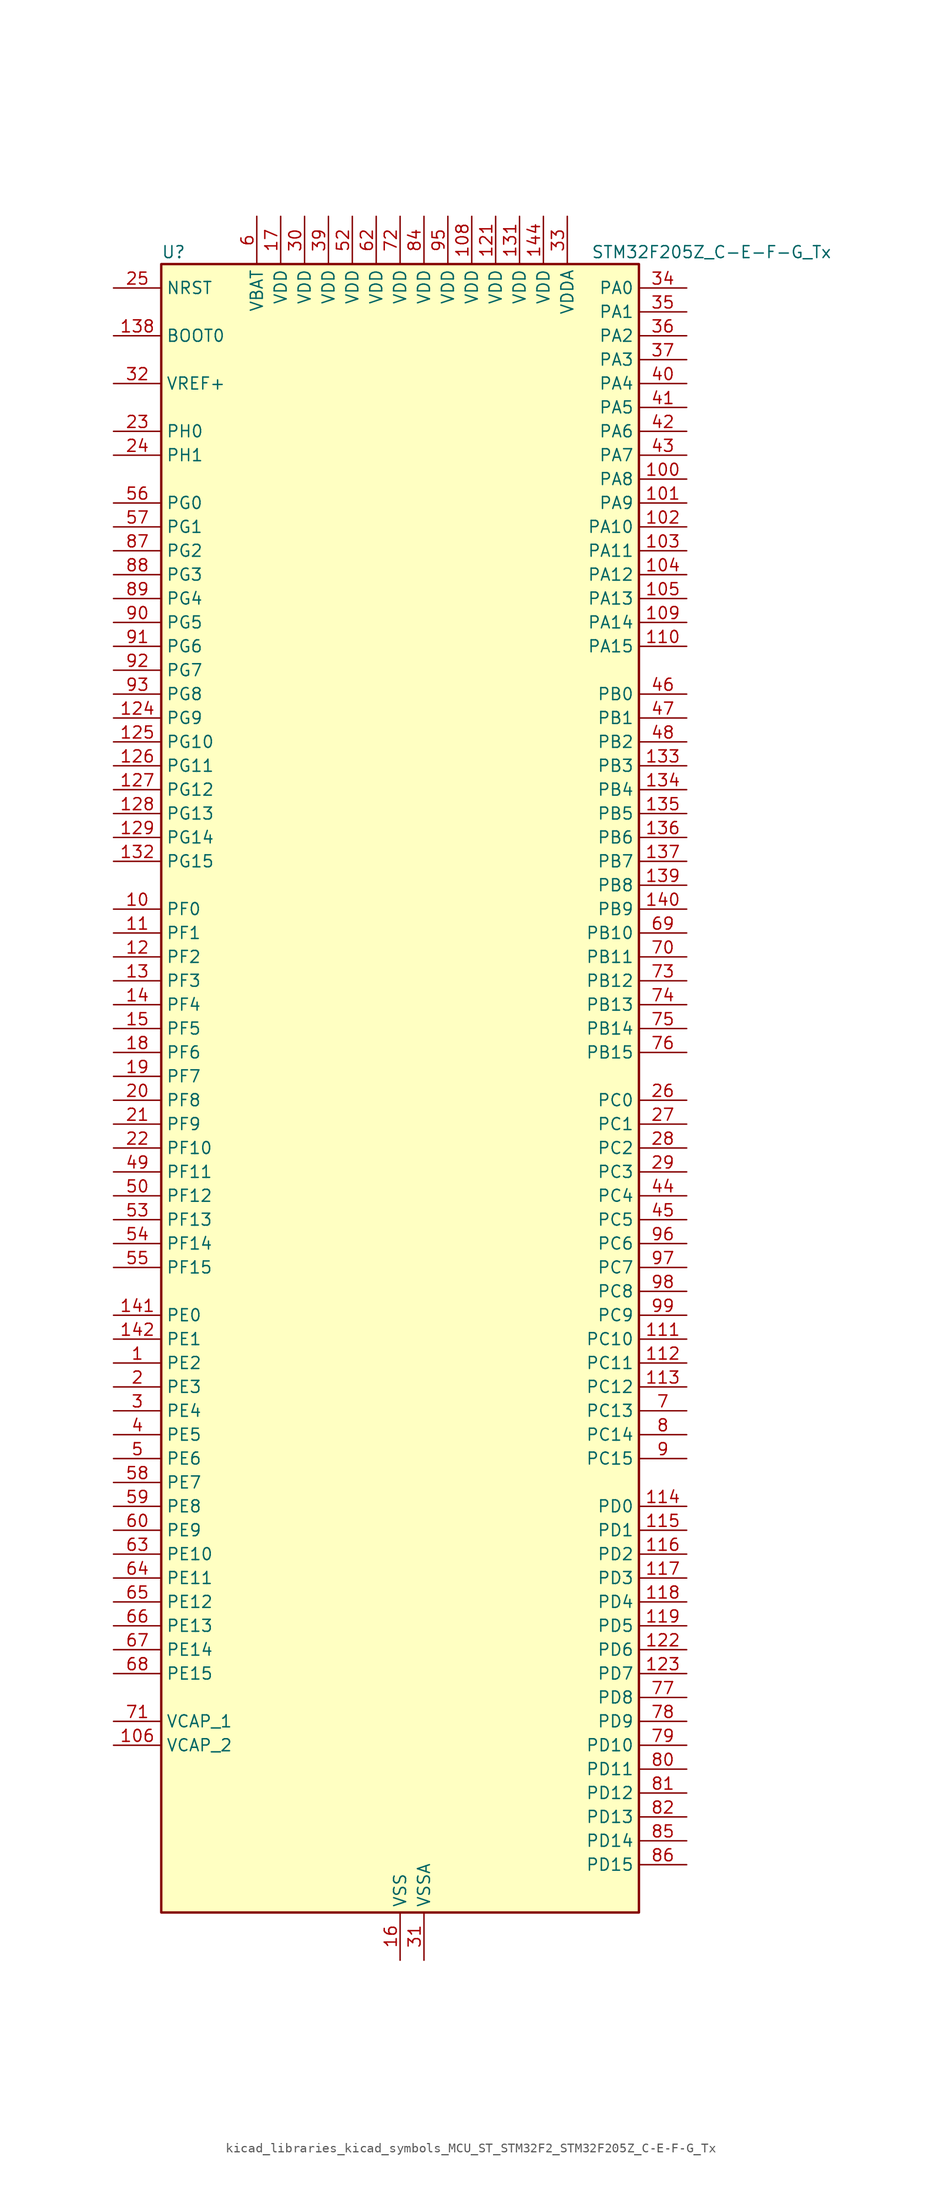
<source format=kicad_sym>
(kicad_symbol_lib
  (version 20220914)
  (generator kicad_symbol_editor)
  (symbol "kicad_libraries_kicad_symbols_MCU_ST_STM32F2_STM32F205Z_C-E-F-G_Tx"
    (property "Reference" "U"
      (at -25.4 90.17 0)
      (effects (font (size 1.27 1.27)) (justify left)))
    (property "Value" "STM32F205Z_C-E-F-G_Tx"
      (at 20.32 90.17 0)
      (effects (font (size 1.27 1.27)) (justify left)))
    (property "ki_locked" ""
      (at 0 0 0)
      (effects (font (size 1.27 1.27))))
    (symbol "kicad_libraries_kicad_symbols_MCU_ST_STM32F2_STM32F205Z_C-E-F-G_Tx_0_1"
      (rectangle (start -25.4 -86.36) (end 25.4 88.9) (stroke (width 0.254) (type default)) (fill (type background))))
    (symbol "kicad_libraries_kicad_symbols_MCU_ST_STM32F2_STM32F205Z_C-E-F-G_Tx_1_1"
      (pin bidirectional line (at -30.48 -27.94 0) (length 5.08) (name "PE2" (effects (font (size 1.27 1.27)))) (number "1" (effects (font (size 1.27 1.27)))) (alternate "FSMC_A23" bidirectional line) (alternate "SYS_TRACECLK" bidirectional line))
      (pin bidirectional line (at -30.48 20.32 0) (length 5.08) (name "PF0" (effects (font (size 1.27 1.27)))) (number "10" (effects (font (size 1.27 1.27)))) (alternate "FSMC_A0" bidirectional line) (alternate "I2C2_SDA" bidirectional line))
      (pin bidirectional line (at 30.48 66.04 180) (length 5.08) (name "PA8" (effects (font (size 1.27 1.27)))) (number "100" (effects (font (size 1.27 1.27)))) (alternate "I2C3_SCL" bidirectional line) (alternate "RCC_MCO_1" bidirectional line) (alternate "TIM1_CH1" bidirectional line) (alternate "USART1_CK" bidirectional line) (alternate "USB_OTG_FS_SOF" bidirectional line))
      (pin bidirectional line (at 30.48 63.5 180) (length 5.08) (name "PA9" (effects (font (size 1.27 1.27)))) (number "101" (effects (font (size 1.27 1.27)))) (alternate "DAC_EXTI9" bidirectional line) (alternate "I2C3_SMBA" bidirectional line) (alternate "TIM1_CH2" bidirectional line) (alternate "USART1_TX" bidirectional line) (alternate "USB_OTG_FS_VBUS" bidirectional line))
      (pin bidirectional line (at 30.48 60.96 180) (length 5.08) (name "PA10" (effects (font (size 1.27 1.27)))) (number "102" (effects (font (size 1.27 1.27)))) (alternate "TIM1_CH3" bidirectional line) (alternate "USART1_RX" bidirectional line) (alternate "USB_OTG_FS_ID" bidirectional line))
      (pin bidirectional line (at 30.48 58.42 180) (length 5.08) (name "PA11" (effects (font (size 1.27 1.27)))) (number "103" (effects (font (size 1.27 1.27)))) (alternate "ADC1_EXTI11" bidirectional line) (alternate "ADC2_EXTI11" bidirectional line) (alternate "ADC3_EXTI11" bidirectional line) (alternate "CAN1_RX" bidirectional line) (alternate "TIM1_CH4" bidirectional line) (alternate "USART1_CTS" bidirectional line) (alternate "USB_OTG_FS_DM" bidirectional line))
      (pin bidirectional line (at 30.48 55.88 180) (length 5.08) (name "PA12" (effects (font (size 1.27 1.27)))) (number "104" (effects (font (size 1.27 1.27)))) (alternate "CAN1_TX" bidirectional line) (alternate "TIM1_ETR" bidirectional line) (alternate "USART1_RTS" bidirectional line) (alternate "USB_OTG_FS_DP" bidirectional line))
      (pin bidirectional line (at 30.48 53.34 180) (length 5.08) (name "PA13" (effects (font (size 1.27 1.27)))) (number "105" (effects (font (size 1.27 1.27)))) (alternate "SYS_JTMS-SWDIO" bidirectional line))
      (pin power_out line (at -30.48 -68.58 0) (length 5.08) (name "VCAP_2" (effects (font (size 1.27 1.27)))) (number "106" (effects (font (size 1.27 1.27)))))
      (pin passive line (at 0 -91.44 90) (length 5.08) hide (name "VSS" (effects (font (size 1.27 1.27)))) (number "107" (effects (font (size 1.27 1.27)))))
      (pin power_in line (at 7.62 93.98 270) (length 5.08) (name "VDD" (effects (font (size 1.27 1.27)))) (number "108" (effects (font (size 1.27 1.27)))))
      (pin bidirectional line (at 30.48 50.8 180) (length 5.08) (name "PA14" (effects (font (size 1.27 1.27)))) (number "109" (effects (font (size 1.27 1.27)))) (alternate "SYS_JTCK-SWCLK" bidirectional line))
      (pin bidirectional line (at -30.48 17.78 0) (length 5.08) (name "PF1" (effects (font (size 1.27 1.27)))) (number "11" (effects (font (size 1.27 1.27)))) (alternate "FSMC_A1" bidirectional line) (alternate "I2C2_SCL" bidirectional line))
      (pin bidirectional line (at 30.48 48.26 180) (length 5.08) (name "PA15" (effects (font (size 1.27 1.27)))) (number "110" (effects (font (size 1.27 1.27)))) (alternate "ADC1_EXTI15" bidirectional line) (alternate "ADC2_EXTI15" bidirectional line) (alternate "ADC3_EXTI15" bidirectional line) (alternate "I2S3_WS" bidirectional line) (alternate "SPI1_NSS" bidirectional line) (alternate "SPI3_NSS" bidirectional line) (alternate "SYS_JTDI" bidirectional line) (alternate "TIM2_CH1" bidirectional line) (alternate "TIM2_ETR" bidirectional line))
      (pin bidirectional line (at 30.48 -25.4 180) (length 5.08) (name "PC10" (effects (font (size 1.27 1.27)))) (number "111" (effects (font (size 1.27 1.27)))) (alternate "I2S3_SCK" bidirectional line) (alternate "SDIO_D2" bidirectional line) (alternate "SPI3_SCK" bidirectional line) (alternate "UART4_TX" bidirectional line) (alternate "USART3_TX" bidirectional line))
      (pin bidirectional line (at 30.48 -27.94 180) (length 5.08) (name "PC11" (effects (font (size 1.27 1.27)))) (number "112" (effects (font (size 1.27 1.27)))) (alternate "ADC1_EXTI11" bidirectional line) (alternate "ADC2_EXTI11" bidirectional line) (alternate "ADC3_EXTI11" bidirectional line) (alternate "SDIO_D3" bidirectional line) (alternate "SPI3_MISO" bidirectional line) (alternate "UART4_RX" bidirectional line) (alternate "USART3_RX" bidirectional line))
      (pin bidirectional line (at 30.48 -30.48 180) (length 5.08) (name "PC12" (effects (font (size 1.27 1.27)))) (number "113" (effects (font (size 1.27 1.27)))) (alternate "I2S3_SD" bidirectional line) (alternate "SDIO_CK" bidirectional line) (alternate "SPI3_MOSI" bidirectional line) (alternate "UART5_TX" bidirectional line) (alternate "USART3_CK" bidirectional line))
      (pin bidirectional line (at 30.48 -43.18 180) (length 5.08) (name "PD0" (effects (font (size 1.27 1.27)))) (number "114" (effects (font (size 1.27 1.27)))) (alternate "CAN1_RX" bidirectional line) (alternate "FSMC_D2" bidirectional line) (alternate "FSMC_DA2" bidirectional line))
      (pin bidirectional line (at 30.48 -45.72 180) (length 5.08) (name "PD1" (effects (font (size 1.27 1.27)))) (number "115" (effects (font (size 1.27 1.27)))) (alternate "CAN1_TX" bidirectional line) (alternate "FSMC_D3" bidirectional line) (alternate "FSMC_DA3" bidirectional line))
      (pin bidirectional line (at 30.48 -48.26 180) (length 5.08) (name "PD2" (effects (font (size 1.27 1.27)))) (number "116" (effects (font (size 1.27 1.27)))) (alternate "SDIO_CMD" bidirectional line) (alternate "TIM3_ETR" bidirectional line) (alternate "UART5_RX" bidirectional line))
      (pin bidirectional line (at 30.48 -50.8 180) (length 5.08) (name "PD3" (effects (font (size 1.27 1.27)))) (number "117" (effects (font (size 1.27 1.27)))) (alternate "FSMC_CLK" bidirectional line) (alternate "USART2_CTS" bidirectional line))
      (pin bidirectional line (at 30.48 -53.34 180) (length 5.08) (name "PD4" (effects (font (size 1.27 1.27)))) (number "118" (effects (font (size 1.27 1.27)))) (alternate "FSMC_NOE" bidirectional line) (alternate "USART2_RTS" bidirectional line))
      (pin bidirectional line (at 30.48 -55.88 180) (length 5.08) (name "PD5" (effects (font (size 1.27 1.27)))) (number "119" (effects (font (size 1.27 1.27)))) (alternate "FSMC_NWE" bidirectional line) (alternate "USART2_TX" bidirectional line))
      (pin bidirectional line (at -30.48 15.24 0) (length 5.08) (name "PF2" (effects (font (size 1.27 1.27)))) (number "12" (effects (font (size 1.27 1.27)))) (alternate "FSMC_A2" bidirectional line) (alternate "I2C2_SMBA" bidirectional line))
      (pin passive line (at 0 -91.44 90) (length 5.08) hide (name "VSS" (effects (font (size 1.27 1.27)))) (number "120" (effects (font (size 1.27 1.27)))))
      (pin power_in line (at 10.16 93.98 270) (length 5.08) (name "VDD" (effects (font (size 1.27 1.27)))) (number "121" (effects (font (size 1.27 1.27)))))
      (pin bidirectional line (at 30.48 -58.42 180) (length 5.08) (name "PD6" (effects (font (size 1.27 1.27)))) (number "122" (effects (font (size 1.27 1.27)))) (alternate "FSMC_NWAIT" bidirectional line) (alternate "USART2_RX" bidirectional line))
      (pin bidirectional line (at 30.48 -60.96 180) (length 5.08) (name "PD7" (effects (font (size 1.27 1.27)))) (number "123" (effects (font (size 1.27 1.27)))) (alternate "FSMC_NCE2" bidirectional line) (alternate "FSMC_NE1" bidirectional line) (alternate "USART2_CK" bidirectional line))
      (pin bidirectional line (at -30.48 40.64 0) (length 5.08) (name "PG9" (effects (font (size 1.27 1.27)))) (number "124" (effects (font (size 1.27 1.27)))) (alternate "DAC_EXTI9" bidirectional line) (alternate "FSMC_NCE3" bidirectional line) (alternate "FSMC_NE2" bidirectional line) (alternate "USART6_RX" bidirectional line))
      (pin bidirectional line (at -30.48 38.1 0) (length 5.08) (name "PG10" (effects (font (size 1.27 1.27)))) (number "125" (effects (font (size 1.27 1.27)))) (alternate "FSMC_NCE4_1" bidirectional line) (alternate "FSMC_NE3" bidirectional line))
      (pin bidirectional line (at -30.48 35.56 0) (length 5.08) (name "PG11" (effects (font (size 1.27 1.27)))) (number "126" (effects (font (size 1.27 1.27)))) (alternate "ADC1_EXTI11" bidirectional line) (alternate "ADC2_EXTI11" bidirectional line) (alternate "ADC3_EXTI11" bidirectional line) (alternate "FSMC_NCE4_2" bidirectional line))
      (pin bidirectional line (at -30.48 33.02 0) (length 5.08) (name "PG12" (effects (font (size 1.27 1.27)))) (number "127" (effects (font (size 1.27 1.27)))) (alternate "FSMC_NE4" bidirectional line) (alternate "USART6_RTS" bidirectional line))
      (pin bidirectional line (at -30.48 30.48 0) (length 5.08) (name "PG13" (effects (font (size 1.27 1.27)))) (number "128" (effects (font (size 1.27 1.27)))) (alternate "FSMC_A24" bidirectional line) (alternate "USART6_CTS" bidirectional line))
      (pin bidirectional line (at -30.48 27.94 0) (length 5.08) (name "PG14" (effects (font (size 1.27 1.27)))) (number "129" (effects (font (size 1.27 1.27)))) (alternate "FSMC_A25" bidirectional line) (alternate "USART6_TX" bidirectional line))
      (pin bidirectional line (at -30.48 12.7 0) (length 5.08) (name "PF3" (effects (font (size 1.27 1.27)))) (number "13" (effects (font (size 1.27 1.27)))) (alternate "ADC3_IN9" bidirectional line) (alternate "FSMC_A3" bidirectional line))
      (pin passive line (at 0 -91.44 90) (length 5.08) hide (name "VSS" (effects (font (size 1.27 1.27)))) (number "130" (effects (font (size 1.27 1.27)))))
      (pin power_in line (at 12.7 93.98 270) (length 5.08) (name "VDD" (effects (font (size 1.27 1.27)))) (number "131" (effects (font (size 1.27 1.27)))))
      (pin bidirectional line (at -30.48 25.4 0) (length 5.08) (name "PG15" (effects (font (size 1.27 1.27)))) (number "132" (effects (font (size 1.27 1.27)))) (alternate "ADC1_EXTI15" bidirectional line) (alternate "ADC2_EXTI15" bidirectional line) (alternate "ADC3_EXTI15" bidirectional line) (alternate "USART6_CTS" bidirectional line))
      (pin bidirectional line (at 30.48 35.56 180) (length 5.08) (name "PB3" (effects (font (size 1.27 1.27)))) (number "133" (effects (font (size 1.27 1.27)))) (alternate "I2S3_SCK" bidirectional line) (alternate "SPI1_SCK" bidirectional line) (alternate "SPI3_SCK" bidirectional line) (alternate "SYS_JTDO-SWO" bidirectional line) (alternate "TIM2_CH2" bidirectional line))
      (pin bidirectional line (at 30.48 33.02 180) (length 5.08) (name "PB4" (effects (font (size 1.27 1.27)))) (number "134" (effects (font (size 1.27 1.27)))) (alternate "SPI1_MISO" bidirectional line) (alternate "SPI3_MISO" bidirectional line) (alternate "SYS_JTRST" bidirectional line) (alternate "TIM3_CH1" bidirectional line))
      (pin bidirectional line (at 30.48 30.48 180) (length 5.08) (name "PB5" (effects (font (size 1.27 1.27)))) (number "135" (effects (font (size 1.27 1.27)))) (alternate "CAN2_RX" bidirectional line) (alternate "I2C1_SMBA" bidirectional line) (alternate "I2S3_SD" bidirectional line) (alternate "SPI1_MOSI" bidirectional line) (alternate "SPI3_MOSI" bidirectional line) (alternate "TIM3_CH2" bidirectional line) (alternate "USB_OTG_HS_ULPI_D7" bidirectional line))
      (pin bidirectional line (at 30.48 27.94 180) (length 5.08) (name "PB6" (effects (font (size 1.27 1.27)))) (number "136" (effects (font (size 1.27 1.27)))) (alternate "CAN2_TX" bidirectional line) (alternate "I2C1_SCL" bidirectional line) (alternate "TIM4_CH1" bidirectional line) (alternate "USART1_TX" bidirectional line))
      (pin bidirectional line (at 30.48 25.4 180) (length 5.08) (name "PB7" (effects (font (size 1.27 1.27)))) (number "137" (effects (font (size 1.27 1.27)))) (alternate "FSMC_NL" bidirectional line) (alternate "I2C1_SDA" bidirectional line) (alternate "TIM4_CH2" bidirectional line) (alternate "USART1_RX" bidirectional line))
      (pin input line (at -30.48 81.28 0) (length 5.08) (name "BOOT0" (effects (font (size 1.27 1.27)))) (number "138" (effects (font (size 1.27 1.27)))))
      (pin bidirectional line (at 30.48 22.86 180) (length 5.08) (name "PB8" (effects (font (size 1.27 1.27)))) (number "139" (effects (font (size 1.27 1.27)))) (alternate "CAN1_RX" bidirectional line) (alternate "I2C1_SCL" bidirectional line) (alternate "SDIO_D4" bidirectional line) (alternate "TIM10_CH1" bidirectional line) (alternate "TIM4_CH3" bidirectional line))
      (pin bidirectional line (at -30.48 10.16 0) (length 5.08) (name "PF4" (effects (font (size 1.27 1.27)))) (number "14" (effects (font (size 1.27 1.27)))) (alternate "ADC3_IN14" bidirectional line) (alternate "FSMC_A4" bidirectional line))
      (pin bidirectional line (at 30.48 20.32 180) (length 5.08) (name "PB9" (effects (font (size 1.27 1.27)))) (number "140" (effects (font (size 1.27 1.27)))) (alternate "CAN1_TX" bidirectional line) (alternate "DAC_EXTI9" bidirectional line) (alternate "I2C1_SDA" bidirectional line) (alternate "I2S2_WS" bidirectional line) (alternate "SDIO_D5" bidirectional line) (alternate "SPI2_NSS" bidirectional line) (alternate "TIM11_CH1" bidirectional line) (alternate "TIM4_CH4" bidirectional line))
      (pin bidirectional line (at -30.48 -22.86 0) (length 5.08) (name "PE0" (effects (font (size 1.27 1.27)))) (number "141" (effects (font (size 1.27 1.27)))) (alternate "FSMC_NBL0" bidirectional line) (alternate "TIM4_ETR" bidirectional line))
      (pin bidirectional line (at -30.48 -25.4 0) (length 5.08) (name "PE1" (effects (font (size 1.27 1.27)))) (number "142" (effects (font (size 1.27 1.27)))) (alternate "FSMC_NBL1" bidirectional line))
      (pin no_connect line (at -25.4 -86.36 0) (length 5.08) hide (name "RFU" (effects (font (size 1.27 1.27)))) (number "143" (effects (font (size 1.27 1.27)))))
      (pin power_in line (at 15.24 93.98 270) (length 5.08) (name "VDD" (effects (font (size 1.27 1.27)))) (number "144" (effects (font (size 1.27 1.27)))))
      (pin bidirectional line (at -30.48 7.62 0) (length 5.08) (name "PF5" (effects (font (size 1.27 1.27)))) (number "15" (effects (font (size 1.27 1.27)))) (alternate "ADC3_IN15" bidirectional line) (alternate "FSMC_A5" bidirectional line))
      (pin power_in line (at 0 -91.44 90) (length 5.08) (name "VSS" (effects (font (size 1.27 1.27)))) (number "16" (effects (font (size 1.27 1.27)))))
      (pin power_in line (at -12.7 93.98 270) (length 5.08) (name "VDD" (effects (font (size 1.27 1.27)))) (number "17" (effects (font (size 1.27 1.27)))))
      (pin bidirectional line (at -30.48 5.08 0) (length 5.08) (name "PF6" (effects (font (size 1.27 1.27)))) (number "18" (effects (font (size 1.27 1.27)))) (alternate "ADC3_IN4" bidirectional line) (alternate "FSMC_NIORD" bidirectional line) (alternate "TIM10_CH1" bidirectional line))
      (pin bidirectional line (at -30.48 2.54 0) (length 5.08) (name "PF7" (effects (font (size 1.27 1.27)))) (number "19" (effects (font (size 1.27 1.27)))) (alternate "ADC3_IN5" bidirectional line) (alternate "FSMC_NREG" bidirectional line) (alternate "TIM11_CH1" bidirectional line))
      (pin bidirectional line (at -30.48 -30.48 0) (length 5.08) (name "PE3" (effects (font (size 1.27 1.27)))) (number "2" (effects (font (size 1.27 1.27)))) (alternate "FSMC_A19" bidirectional line) (alternate "SYS_TRACED0" bidirectional line))
      (pin bidirectional line (at -30.48 0 0) (length 5.08) (name "PF8" (effects (font (size 1.27 1.27)))) (number "20" (effects (font (size 1.27 1.27)))) (alternate "ADC3_IN6" bidirectional line) (alternate "FSMC_NIOWR" bidirectional line) (alternate "TIM13_CH1" bidirectional line))
      (pin bidirectional line (at -30.48 -2.54 0) (length 5.08) (name "PF9" (effects (font (size 1.27 1.27)))) (number "21" (effects (font (size 1.27 1.27)))) (alternate "ADC3_IN7" bidirectional line) (alternate "DAC_EXTI9" bidirectional line) (alternate "FSMC_CD" bidirectional line) (alternate "TIM14_CH1" bidirectional line))
      (pin bidirectional line (at -30.48 -5.08 0) (length 5.08) (name "PF10" (effects (font (size 1.27 1.27)))) (number "22" (effects (font (size 1.27 1.27)))) (alternate "ADC3_IN8" bidirectional line) (alternate "FSMC_INTR" bidirectional line))
      (pin bidirectional line (at -30.48 71.12 0) (length 5.08) (name "PH0" (effects (font (size 1.27 1.27)))) (number "23" (effects (font (size 1.27 1.27)))) (alternate "RCC_OSC_IN" bidirectional line))
      (pin bidirectional line (at -30.48 68.58 0) (length 5.08) (name "PH1" (effects (font (size 1.27 1.27)))) (number "24" (effects (font (size 1.27 1.27)))) (alternate "RCC_OSC_OUT" bidirectional line))
      (pin input line (at -30.48 86.36 0) (length 5.08) (name "NRST" (effects (font (size 1.27 1.27)))) (number "25" (effects (font (size 1.27 1.27)))))
      (pin bidirectional line (at 30.48 0 180) (length 5.08) (name "PC0" (effects (font (size 1.27 1.27)))) (number "26" (effects (font (size 1.27 1.27)))) (alternate "ADC1_IN10" bidirectional line) (alternate "ADC2_IN10" bidirectional line) (alternate "ADC3_IN10" bidirectional line) (alternate "USB_OTG_HS_ULPI_STP" bidirectional line))
      (pin bidirectional line (at 30.48 -2.54 180) (length 5.08) (name "PC1" (effects (font (size 1.27 1.27)))) (number "27" (effects (font (size 1.27 1.27)))) (alternate "ADC1_IN11" bidirectional line) (alternate "ADC2_IN11" bidirectional line) (alternate "ADC3_IN11" bidirectional line))
      (pin bidirectional line (at 30.48 -5.08 180) (length 5.08) (name "PC2" (effects (font (size 1.27 1.27)))) (number "28" (effects (font (size 1.27 1.27)))) (alternate "ADC1_IN12" bidirectional line) (alternate "ADC2_IN12" bidirectional line) (alternate "ADC3_IN12" bidirectional line) (alternate "SPI2_MISO" bidirectional line) (alternate "USB_OTG_HS_ULPI_DIR" bidirectional line))
      (pin bidirectional line (at 30.48 -7.62 180) (length 5.08) (name "PC3" (effects (font (size 1.27 1.27)))) (number "29" (effects (font (size 1.27 1.27)))) (alternate "ADC1_IN13" bidirectional line) (alternate "ADC2_IN13" bidirectional line) (alternate "ADC3_IN13" bidirectional line) (alternate "I2S2_SD" bidirectional line) (alternate "SPI2_MOSI" bidirectional line) (alternate "USB_OTG_HS_ULPI_NXT" bidirectional line))
      (pin bidirectional line (at -30.48 -33.02 0) (length 5.08) (name "PE4" (effects (font (size 1.27 1.27)))) (number "3" (effects (font (size 1.27 1.27)))) (alternate "FSMC_A20" bidirectional line) (alternate "SYS_TRACED1" bidirectional line))
      (pin power_in line (at -10.16 93.98 270) (length 5.08) (name "VDD" (effects (font (size 1.27 1.27)))) (number "30" (effects (font (size 1.27 1.27)))))
      (pin power_in line (at 2.54 -91.44 90) (length 5.08) (name "VSSA" (effects (font (size 1.27 1.27)))) (number "31" (effects (font (size 1.27 1.27)))))
      (pin input line (at -30.48 76.2 0) (length 5.08) (name "VREF+" (effects (font (size 1.27 1.27)))) (number "32" (effects (font (size 1.27 1.27)))))
      (pin power_in line (at 17.78 93.98 270) (length 5.08) (name "VDDA" (effects (font (size 1.27 1.27)))) (number "33" (effects (font (size 1.27 1.27)))))
      (pin bidirectional line (at 30.48 86.36 180) (length 5.08) (name "PA0" (effects (font (size 1.27 1.27)))) (number "34" (effects (font (size 1.27 1.27)))) (alternate "ADC1_IN0" bidirectional line) (alternate "ADC2_IN0" bidirectional line) (alternate "ADC3_IN0" bidirectional line) (alternate "SYS_WKUP" bidirectional line) (alternate "TIM2_CH1" bidirectional line) (alternate "TIM2_ETR" bidirectional line) (alternate "TIM5_CH1" bidirectional line) (alternate "TIM8_ETR" bidirectional line) (alternate "UART4_TX" bidirectional line) (alternate "USART2_CTS" bidirectional line))
      (pin bidirectional line (at 30.48 83.82 180) (length 5.08) (name "PA1" (effects (font (size 1.27 1.27)))) (number "35" (effects (font (size 1.27 1.27)))) (alternate "ADC1_IN1" bidirectional line) (alternate "ADC2_IN1" bidirectional line) (alternate "ADC3_IN1" bidirectional line) (alternate "TIM2_CH2" bidirectional line) (alternate "TIM5_CH2" bidirectional line) (alternate "UART4_RX" bidirectional line) (alternate "USART2_RTS" bidirectional line))
      (pin bidirectional line (at 30.48 81.28 180) (length 5.08) (name "PA2" (effects (font (size 1.27 1.27)))) (number "36" (effects (font (size 1.27 1.27)))) (alternate "ADC1_IN2" bidirectional line) (alternate "ADC2_IN2" bidirectional line) (alternate "ADC3_IN2" bidirectional line) (alternate "TIM2_CH3" bidirectional line) (alternate "TIM5_CH3" bidirectional line) (alternate "TIM9_CH1" bidirectional line) (alternate "USART2_TX" bidirectional line))
      (pin bidirectional line (at 30.48 78.74 180) (length 5.08) (name "PA3" (effects (font (size 1.27 1.27)))) (number "37" (effects (font (size 1.27 1.27)))) (alternate "ADC1_IN3" bidirectional line) (alternate "ADC2_IN3" bidirectional line) (alternate "ADC3_IN3" bidirectional line) (alternate "TIM2_CH4" bidirectional line) (alternate "TIM5_CH4" bidirectional line) (alternate "TIM9_CH2" bidirectional line) (alternate "USART2_RX" bidirectional line) (alternate "USB_OTG_HS_ULPI_D0" bidirectional line))
      (pin passive line (at 0 -91.44 90) (length 5.08) hide (name "VSS" (effects (font (size 1.27 1.27)))) (number "38" (effects (font (size 1.27 1.27)))))
      (pin power_in line (at -7.62 93.98 270) (length 5.08) (name "VDD" (effects (font (size 1.27 1.27)))) (number "39" (effects (font (size 1.27 1.27)))))
      (pin bidirectional line (at -30.48 -35.56 0) (length 5.08) (name "PE5" (effects (font (size 1.27 1.27)))) (number "4" (effects (font (size 1.27 1.27)))) (alternate "FSMC_A21" bidirectional line) (alternate "SYS_TRACED2" bidirectional line) (alternate "TIM9_CH1" bidirectional line))
      (pin bidirectional line (at 30.48 76.2 180) (length 5.08) (name "PA4" (effects (font (size 1.27 1.27)))) (number "40" (effects (font (size 1.27 1.27)))) (alternate "ADC1_IN4" bidirectional line) (alternate "ADC2_IN4" bidirectional line) (alternate "DAC_OUT1" bidirectional line) (alternate "I2S3_WS" bidirectional line) (alternate "SPI1_NSS" bidirectional line) (alternate "SPI3_NSS" bidirectional line) (alternate "USART2_CK" bidirectional line) (alternate "USB_OTG_HS_SOF" bidirectional line))
      (pin bidirectional line (at 30.48 73.66 180) (length 5.08) (name "PA5" (effects (font (size 1.27 1.27)))) (number "41" (effects (font (size 1.27 1.27)))) (alternate "ADC1_IN5" bidirectional line) (alternate "ADC2_IN5" bidirectional line) (alternate "DAC_OUT2" bidirectional line) (alternate "SPI1_SCK" bidirectional line) (alternate "TIM2_CH1" bidirectional line) (alternate "TIM2_ETR" bidirectional line) (alternate "TIM8_CH1N" bidirectional line) (alternate "USB_OTG_HS_ULPI_CK" bidirectional line))
      (pin bidirectional line (at 30.48 71.12 180) (length 5.08) (name "PA6" (effects (font (size 1.27 1.27)))) (number "42" (effects (font (size 1.27 1.27)))) (alternate "ADC1_IN6" bidirectional line) (alternate "ADC2_IN6" bidirectional line) (alternate "SPI1_MISO" bidirectional line) (alternate "TIM13_CH1" bidirectional line) (alternate "TIM1_BKIN" bidirectional line) (alternate "TIM3_CH1" bidirectional line) (alternate "TIM8_BKIN" bidirectional line))
      (pin bidirectional line (at 30.48 68.58 180) (length 5.08) (name "PA7" (effects (font (size 1.27 1.27)))) (number "43" (effects (font (size 1.27 1.27)))) (alternate "ADC1_IN7" bidirectional line) (alternate "ADC2_IN7" bidirectional line) (alternate "SPI1_MOSI" bidirectional line) (alternate "TIM14_CH1" bidirectional line) (alternate "TIM1_CH1N" bidirectional line) (alternate "TIM3_CH2" bidirectional line) (alternate "TIM8_CH1N" bidirectional line))
      (pin bidirectional line (at 30.48 -10.16 180) (length 5.08) (name "PC4" (effects (font (size 1.27 1.27)))) (number "44" (effects (font (size 1.27 1.27)))) (alternate "ADC1_IN14" bidirectional line) (alternate "ADC2_IN14" bidirectional line))
      (pin bidirectional line (at 30.48 -12.7 180) (length 5.08) (name "PC5" (effects (font (size 1.27 1.27)))) (number "45" (effects (font (size 1.27 1.27)))) (alternate "ADC1_IN15" bidirectional line) (alternate "ADC2_IN15" bidirectional line))
      (pin bidirectional line (at 30.48 43.18 180) (length 5.08) (name "PB0" (effects (font (size 1.27 1.27)))) (number "46" (effects (font (size 1.27 1.27)))) (alternate "ADC1_IN8" bidirectional line) (alternate "ADC2_IN8" bidirectional line) (alternate "TIM1_CH2N" bidirectional line) (alternate "TIM3_CH3" bidirectional line) (alternate "TIM8_CH2N" bidirectional line) (alternate "USB_OTG_HS_ULPI_D1" bidirectional line))
      (pin bidirectional line (at 30.48 40.64 180) (length 5.08) (name "PB1" (effects (font (size 1.27 1.27)))) (number "47" (effects (font (size 1.27 1.27)))) (alternate "ADC1_IN9" bidirectional line) (alternate "ADC2_IN9" bidirectional line) (alternate "TIM1_CH3N" bidirectional line) (alternate "TIM3_CH4" bidirectional line) (alternate "TIM8_CH3N" bidirectional line) (alternate "USB_OTG_HS_ULPI_D2" bidirectional line))
      (pin bidirectional line (at 30.48 38.1 180) (length 5.08) (name "PB2" (effects (font (size 1.27 1.27)))) (number "48" (effects (font (size 1.27 1.27)))))
      (pin bidirectional line (at -30.48 -7.62 0) (length 5.08) (name "PF11" (effects (font (size 1.27 1.27)))) (number "49" (effects (font (size 1.27 1.27)))) (alternate "ADC1_EXTI11" bidirectional line) (alternate "ADC2_EXTI11" bidirectional line) (alternate "ADC3_EXTI11" bidirectional line))
      (pin bidirectional line (at -30.48 -38.1 0) (length 5.08) (name "PE6" (effects (font (size 1.27 1.27)))) (number "5" (effects (font (size 1.27 1.27)))) (alternate "FSMC_A22" bidirectional line) (alternate "SYS_TRACED3" bidirectional line) (alternate "TIM9_CH2" bidirectional line))
      (pin bidirectional line (at -30.48 -10.16 0) (length 5.08) (name "PF12" (effects (font (size 1.27 1.27)))) (number "50" (effects (font (size 1.27 1.27)))) (alternate "FSMC_A6" bidirectional line))
      (pin passive line (at 0 -91.44 90) (length 5.08) hide (name "VSS" (effects (font (size 1.27 1.27)))) (number "51" (effects (font (size 1.27 1.27)))))
      (pin power_in line (at -5.08 93.98 270) (length 5.08) (name "VDD" (effects (font (size 1.27 1.27)))) (number "52" (effects (font (size 1.27 1.27)))))
      (pin bidirectional line (at -30.48 -12.7 0) (length 5.08) (name "PF13" (effects (font (size 1.27 1.27)))) (number "53" (effects (font (size 1.27 1.27)))) (alternate "FSMC_A7" bidirectional line))
      (pin bidirectional line (at -30.48 -15.24 0) (length 5.08) (name "PF14" (effects (font (size 1.27 1.27)))) (number "54" (effects (font (size 1.27 1.27)))) (alternate "FSMC_A8" bidirectional line))
      (pin bidirectional line (at -30.48 -17.78 0) (length 5.08) (name "PF15" (effects (font (size 1.27 1.27)))) (number "55" (effects (font (size 1.27 1.27)))) (alternate "ADC1_EXTI15" bidirectional line) (alternate "ADC2_EXTI15" bidirectional line) (alternate "ADC3_EXTI15" bidirectional line) (alternate "FSMC_A9" bidirectional line))
      (pin bidirectional line (at -30.48 63.5 0) (length 5.08) (name "PG0" (effects (font (size 1.27 1.27)))) (number "56" (effects (font (size 1.27 1.27)))) (alternate "FSMC_A10" bidirectional line))
      (pin bidirectional line (at -30.48 60.96 0) (length 5.08) (name "PG1" (effects (font (size 1.27 1.27)))) (number "57" (effects (font (size 1.27 1.27)))) (alternate "FSMC_A11" bidirectional line))
      (pin bidirectional line (at -30.48 -40.64 0) (length 5.08) (name "PE7" (effects (font (size 1.27 1.27)))) (number "58" (effects (font (size 1.27 1.27)))) (alternate "FSMC_D4" bidirectional line) (alternate "FSMC_DA4" bidirectional line) (alternate "TIM1_ETR" bidirectional line))
      (pin bidirectional line (at -30.48 -43.18 0) (length 5.08) (name "PE8" (effects (font (size 1.27 1.27)))) (number "59" (effects (font (size 1.27 1.27)))) (alternate "FSMC_D5" bidirectional line) (alternate "FSMC_DA5" bidirectional line) (alternate "TIM1_CH1N" bidirectional line))
      (pin power_in line (at -15.24 93.98 270) (length 5.08) (name "VBAT" (effects (font (size 1.27 1.27)))) (number "6" (effects (font (size 1.27 1.27)))))
      (pin bidirectional line (at -30.48 -45.72 0) (length 5.08) (name "PE9" (effects (font (size 1.27 1.27)))) (number "60" (effects (font (size 1.27 1.27)))) (alternate "DAC_EXTI9" bidirectional line) (alternate "FSMC_D6" bidirectional line) (alternate "FSMC_DA6" bidirectional line) (alternate "TIM1_CH1" bidirectional line))
      (pin passive line (at 0 -91.44 90) (length 5.08) hide (name "VSS" (effects (font (size 1.27 1.27)))) (number "61" (effects (font (size 1.27 1.27)))))
      (pin power_in line (at -2.54 93.98 270) (length 5.08) (name "VDD" (effects (font (size 1.27 1.27)))) (number "62" (effects (font (size 1.27 1.27)))))
      (pin bidirectional line (at -30.48 -48.26 0) (length 5.08) (name "PE10" (effects (font (size 1.27 1.27)))) (number "63" (effects (font (size 1.27 1.27)))) (alternate "FSMC_D7" bidirectional line) (alternate "FSMC_DA7" bidirectional line) (alternate "TIM1_CH2N" bidirectional line))
      (pin bidirectional line (at -30.48 -50.8 0) (length 5.08) (name "PE11" (effects (font (size 1.27 1.27)))) (number "64" (effects (font (size 1.27 1.27)))) (alternate "ADC1_EXTI11" bidirectional line) (alternate "ADC2_EXTI11" bidirectional line) (alternate "ADC3_EXTI11" bidirectional line) (alternate "FSMC_D8" bidirectional line) (alternate "FSMC_DA8" bidirectional line) (alternate "TIM1_CH2" bidirectional line))
      (pin bidirectional line (at -30.48 -53.34 0) (length 5.08) (name "PE12" (effects (font (size 1.27 1.27)))) (number "65" (effects (font (size 1.27 1.27)))) (alternate "FSMC_D9" bidirectional line) (alternate "FSMC_DA9" bidirectional line) (alternate "TIM1_CH3N" bidirectional line))
      (pin bidirectional line (at -30.48 -55.88 0) (length 5.08) (name "PE13" (effects (font (size 1.27 1.27)))) (number "66" (effects (font (size 1.27 1.27)))) (alternate "FSMC_D10" bidirectional line) (alternate "FSMC_DA10" bidirectional line) (alternate "TIM1_CH3" bidirectional line))
      (pin bidirectional line (at -30.48 -58.42 0) (length 5.08) (name "PE14" (effects (font (size 1.27 1.27)))) (number "67" (effects (font (size 1.27 1.27)))) (alternate "FSMC_D11" bidirectional line) (alternate "FSMC_DA11" bidirectional line) (alternate "TIM1_CH4" bidirectional line))
      (pin bidirectional line (at -30.48 -60.96 0) (length 5.08) (name "PE15" (effects (font (size 1.27 1.27)))) (number "68" (effects (font (size 1.27 1.27)))) (alternate "ADC1_EXTI15" bidirectional line) (alternate "ADC2_EXTI15" bidirectional line) (alternate "ADC3_EXTI15" bidirectional line) (alternate "FSMC_D12" bidirectional line) (alternate "FSMC_DA12" bidirectional line) (alternate "TIM1_BKIN" bidirectional line))
      (pin bidirectional line (at 30.48 17.78 180) (length 5.08) (name "PB10" (effects (font (size 1.27 1.27)))) (number "69" (effects (font (size 1.27 1.27)))) (alternate "I2C2_SCL" bidirectional line) (alternate "I2S2_SCK" bidirectional line) (alternate "SPI2_SCK" bidirectional line) (alternate "TIM2_CH3" bidirectional line) (alternate "USART3_TX" bidirectional line) (alternate "USB_OTG_HS_ULPI_D3" bidirectional line))
      (pin bidirectional line (at 30.48 -33.02 180) (length 5.08) (name "PC13" (effects (font (size 1.27 1.27)))) (number "7" (effects (font (size 1.27 1.27)))) (alternate "RTC_AF1" bidirectional line))
      (pin bidirectional line (at 30.48 15.24 180) (length 5.08) (name "PB11" (effects (font (size 1.27 1.27)))) (number "70" (effects (font (size 1.27 1.27)))) (alternate "ADC1_EXTI11" bidirectional line) (alternate "ADC2_EXTI11" bidirectional line) (alternate "ADC3_EXTI11" bidirectional line) (alternate "I2C2_SDA" bidirectional line) (alternate "TIM2_CH4" bidirectional line) (alternate "USART3_RX" bidirectional line) (alternate "USB_OTG_HS_ULPI_D4" bidirectional line))
      (pin power_out line (at -30.48 -66.04 0) (length 5.08) (name "VCAP_1" (effects (font (size 1.27 1.27)))) (number "71" (effects (font (size 1.27 1.27)))))
      (pin power_in line (at 0 93.98 270) (length 5.08) (name "VDD" (effects (font (size 1.27 1.27)))) (number "72" (effects (font (size 1.27 1.27)))))
      (pin bidirectional line (at 30.48 12.7 180) (length 5.08) (name "PB12" (effects (font (size 1.27 1.27)))) (number "73" (effects (font (size 1.27 1.27)))) (alternate "CAN2_RX" bidirectional line) (alternate "I2C2_SMBA" bidirectional line) (alternate "I2S2_WS" bidirectional line) (alternate "SPI2_NSS" bidirectional line) (alternate "TIM1_BKIN" bidirectional line) (alternate "USART3_CK" bidirectional line) (alternate "USB_OTG_HS_ID" bidirectional line) (alternate "USB_OTG_HS_ULPI_D5" bidirectional line))
      (pin bidirectional line (at 30.48 10.16 180) (length 5.08) (name "PB13" (effects (font (size 1.27 1.27)))) (number "74" (effects (font (size 1.27 1.27)))) (alternate "CAN2_TX" bidirectional line) (alternate "I2S2_SCK" bidirectional line) (alternate "SPI2_SCK" bidirectional line) (alternate "TIM1_CH1N" bidirectional line) (alternate "USART3_CTS" bidirectional line) (alternate "USB_OTG_HS_ULPI_D6" bidirectional line) (alternate "USB_OTG_HS_VBUS" bidirectional line))
      (pin bidirectional line (at 30.48 7.62 180) (length 5.08) (name "PB14" (effects (font (size 1.27 1.27)))) (number "75" (effects (font (size 1.27 1.27)))) (alternate "SPI2_MISO" bidirectional line) (alternate "TIM12_CH1" bidirectional line) (alternate "TIM1_CH2N" bidirectional line) (alternate "TIM8_CH2N" bidirectional line) (alternate "USART3_RTS" bidirectional line) (alternate "USB_OTG_HS_DM" bidirectional line))
      (pin bidirectional line (at 30.48 5.08 180) (length 5.08) (name "PB15" (effects (font (size 1.27 1.27)))) (number "76" (effects (font (size 1.27 1.27)))) (alternate "ADC1_EXTI15" bidirectional line) (alternate "ADC2_EXTI15" bidirectional line) (alternate "ADC3_EXTI15" bidirectional line) (alternate "I2S2_SD" bidirectional line) (alternate "RTC_REFIN" bidirectional line) (alternate "SPI2_MOSI" bidirectional line) (alternate "TIM12_CH2" bidirectional line) (alternate "TIM1_CH3N" bidirectional line) (alternate "TIM8_CH3N" bidirectional line) (alternate "USB_OTG_HS_DP" bidirectional line))
      (pin bidirectional line (at 30.48 -63.5 180) (length 5.08) (name "PD8" (effects (font (size 1.27 1.27)))) (number "77" (effects (font (size 1.27 1.27)))) (alternate "FSMC_D13" bidirectional line) (alternate "FSMC_DA13" bidirectional line) (alternate "USART3_TX" bidirectional line))
      (pin bidirectional line (at 30.48 -66.04 180) (length 5.08) (name "PD9" (effects (font (size 1.27 1.27)))) (number "78" (effects (font (size 1.27 1.27)))) (alternate "DAC_EXTI9" bidirectional line) (alternate "FSMC_D14" bidirectional line) (alternate "FSMC_DA14" bidirectional line) (alternate "USART3_RX" bidirectional line))
      (pin bidirectional line (at 30.48 -68.58 180) (length 5.08) (name "PD10" (effects (font (size 1.27 1.27)))) (number "79" (effects (font (size 1.27 1.27)))) (alternate "FSMC_D15" bidirectional line) (alternate "FSMC_DA15" bidirectional line) (alternate "USART3_CK" bidirectional line))
      (pin bidirectional line (at 30.48 -35.56 180) (length 5.08) (name "PC14" (effects (font (size 1.27 1.27)))) (number "8" (effects (font (size 1.27 1.27)))) (alternate "RCC_OSC32_IN" bidirectional line))
      (pin bidirectional line (at 30.48 -71.12 180) (length 5.08) (name "PD11" (effects (font (size 1.27 1.27)))) (number "80" (effects (font (size 1.27 1.27)))) (alternate "ADC1_EXTI11" bidirectional line) (alternate "ADC2_EXTI11" bidirectional line) (alternate "ADC3_EXTI11" bidirectional line) (alternate "FSMC_A16" bidirectional line) (alternate "FSMC_CLE" bidirectional line) (alternate "USART3_CTS" bidirectional line))
      (pin bidirectional line (at 30.48 -73.66 180) (length 5.08) (name "PD12" (effects (font (size 1.27 1.27)))) (number "81" (effects (font (size 1.27 1.27)))) (alternate "FSMC_A17" bidirectional line) (alternate "FSMC_ALE" bidirectional line) (alternate "TIM4_CH1" bidirectional line) (alternate "USART3_RTS" bidirectional line))
      (pin bidirectional line (at 30.48 -76.2 180) (length 5.08) (name "PD13" (effects (font (size 1.27 1.27)))) (number "82" (effects (font (size 1.27 1.27)))) (alternate "FSMC_A18" bidirectional line) (alternate "TIM4_CH2" bidirectional line))
      (pin passive line (at 0 -91.44 90) (length 5.08) hide (name "VSS" (effects (font (size 1.27 1.27)))) (number "83" (effects (font (size 1.27 1.27)))))
      (pin power_in line (at 2.54 93.98 270) (length 5.08) (name "VDD" (effects (font (size 1.27 1.27)))) (number "84" (effects (font (size 1.27 1.27)))))
      (pin bidirectional line (at 30.48 -78.74 180) (length 5.08) (name "PD14" (effects (font (size 1.27 1.27)))) (number "85" (effects (font (size 1.27 1.27)))) (alternate "FSMC_D0" bidirectional line) (alternate "FSMC_DA0" bidirectional line) (alternate "TIM4_CH3" bidirectional line))
      (pin bidirectional line (at 30.48 -81.28 180) (length 5.08) (name "PD15" (effects (font (size 1.27 1.27)))) (number "86" (effects (font (size 1.27 1.27)))) (alternate "ADC1_EXTI15" bidirectional line) (alternate "ADC2_EXTI15" bidirectional line) (alternate "ADC3_EXTI15" bidirectional line) (alternate "FSMC_D1" bidirectional line) (alternate "FSMC_DA1" bidirectional line) (alternate "TIM4_CH4" bidirectional line))
      (pin bidirectional line (at -30.48 58.42 0) (length 5.08) (name "PG2" (effects (font (size 1.27 1.27)))) (number "87" (effects (font (size 1.27 1.27)))) (alternate "FSMC_A12" bidirectional line))
      (pin bidirectional line (at -30.48 55.88 0) (length 5.08) (name "PG3" (effects (font (size 1.27 1.27)))) (number "88" (effects (font (size 1.27 1.27)))) (alternate "FSMC_A13" bidirectional line))
      (pin bidirectional line (at -30.48 53.34 0) (length 5.08) (name "PG4" (effects (font (size 1.27 1.27)))) (number "89" (effects (font (size 1.27 1.27)))) (alternate "FSMC_A14" bidirectional line))
      (pin bidirectional line (at 30.48 -38.1 180) (length 5.08) (name "PC15" (effects (font (size 1.27 1.27)))) (number "9" (effects (font (size 1.27 1.27)))) (alternate "ADC1_EXTI15" bidirectional line) (alternate "ADC2_EXTI15" bidirectional line) (alternate "ADC3_EXTI15" bidirectional line) (alternate "RCC_OSC32_OUT" bidirectional line))
      (pin bidirectional line (at -30.48 50.8 0) (length 5.08) (name "PG5" (effects (font (size 1.27 1.27)))) (number "90" (effects (font (size 1.27 1.27)))) (alternate "FSMC_A15" bidirectional line))
      (pin bidirectional line (at -30.48 48.26 0) (length 5.08) (name "PG6" (effects (font (size 1.27 1.27)))) (number "91" (effects (font (size 1.27 1.27)))) (alternate "FSMC_INT2" bidirectional line))
      (pin bidirectional line (at -30.48 45.72 0) (length 5.08) (name "PG7" (effects (font (size 1.27 1.27)))) (number "92" (effects (font (size 1.27 1.27)))) (alternate "FSMC_INT3" bidirectional line) (alternate "USART6_CK" bidirectional line))
      (pin bidirectional line (at -30.48 43.18 0) (length 5.08) (name "PG8" (effects (font (size 1.27 1.27)))) (number "93" (effects (font (size 1.27 1.27)))) (alternate "USART6_RTS" bidirectional line))
      (pin passive line (at 0 -91.44 90) (length 5.08) hide (name "VSS" (effects (font (size 1.27 1.27)))) (number "94" (effects (font (size 1.27 1.27)))))
      (pin power_in line (at 5.08 93.98 270) (length 5.08) (name "VDD" (effects (font (size 1.27 1.27)))) (number "95" (effects (font (size 1.27 1.27)))))
      (pin bidirectional line (at 30.48 -15.24 180) (length 5.08) (name "PC6" (effects (font (size 1.27 1.27)))) (number "96" (effects (font (size 1.27 1.27)))) (alternate "I2S2_MCK" bidirectional line) (alternate "SDIO_D6" bidirectional line) (alternate "TIM3_CH1" bidirectional line) (alternate "TIM8_CH1" bidirectional line) (alternate "USART6_TX" bidirectional line))
      (pin bidirectional line (at 30.48 -17.78 180) (length 5.08) (name "PC7" (effects (font (size 1.27 1.27)))) (number "97" (effects (font (size 1.27 1.27)))) (alternate "I2S3_MCK" bidirectional line) (alternate "SDIO_D7" bidirectional line) (alternate "TIM3_CH2" bidirectional line) (alternate "TIM8_CH2" bidirectional line) (alternate "USART6_RX" bidirectional line))
      (pin bidirectional line (at 30.48 -20.32 180) (length 5.08) (name "PC8" (effects (font (size 1.27 1.27)))) (number "98" (effects (font (size 1.27 1.27)))) (alternate "SDIO_D0" bidirectional line) (alternate "TIM3_CH3" bidirectional line) (alternate "TIM8_CH3" bidirectional line) (alternate "USART6_CK" bidirectional line))
      (pin bidirectional line (at 30.48 -22.86 180) (length 5.08) (name "PC9" (effects (font (size 1.27 1.27)))) (number "99" (effects (font (size 1.27 1.27)))) (alternate "DAC_EXTI9" bidirectional line) (alternate "I2C3_SDA" bidirectional line) (alternate "I2S_CKIN" bidirectional line) (alternate "RCC_MCO_2" bidirectional line) (alternate "SDIO_D1" bidirectional line) (alternate "TIM3_CH4" bidirectional line) (alternate "TIM8_CH4" bidirectional line)))))
</source>
